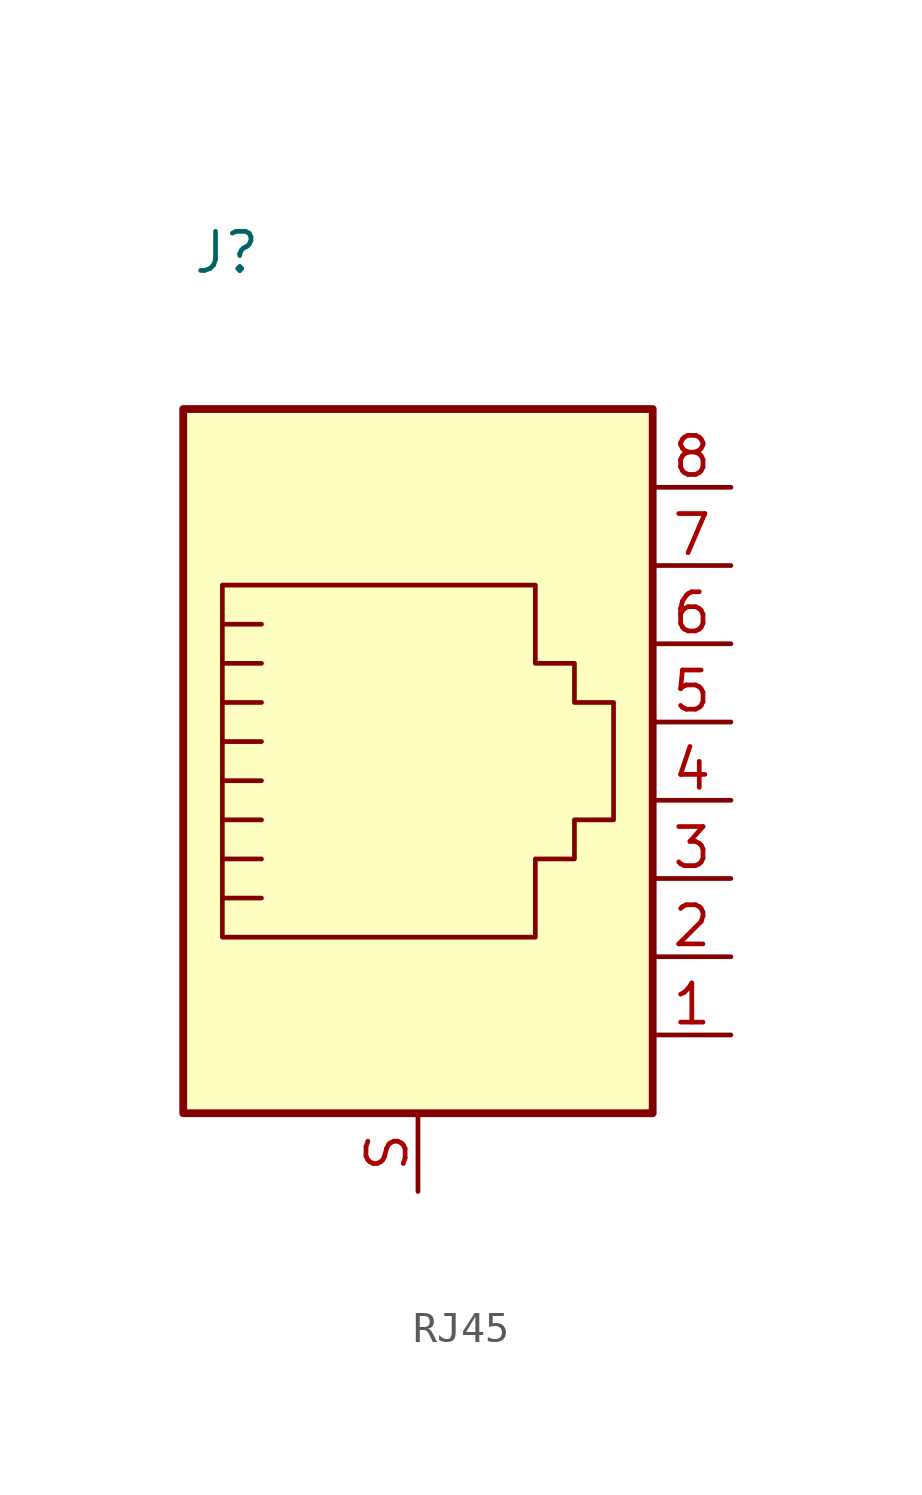
<source format=kicad_sym>
(kicad_symbol_lib
  (version 20220914)
  (generator kicad_symbol_editor)
  (symbol "RJ45"
    (pin_names
      (offset 1.016))
    (property "Reference" "J"
      (at -5.08 17.78 0)
      (effects (font (size 1.27 1.27)) (justify right)))
    (property "Value" ""
      (at 2.54 13.97 0)
      (effects (font (size 1.27 1.27)) (justify left)))
    (symbol "RJ45_0_1"
      (polyline (pts (xy -5.08 4.445) (xy -6.35 4.445)) (stroke (width 0) (type default)) (fill (type none)))
      (polyline (pts (xy -5.08 5.715) (xy -6.35 5.715)) (stroke (width 0) (type default)) (fill (type none)))
      (polyline (pts (xy -6.35 -3.175) (xy -5.08 -3.175) (xy -5.08 -3.175)) (stroke (width 0) (type default)) (fill (type none)))
      (polyline (pts (xy -6.35 -1.905) (xy -5.08 -1.905) (xy -5.08 -1.905)) (stroke (width 0) (type default)) (fill (type none)))
      (polyline (pts (xy -6.35 -0.635) (xy -5.08 -0.635) (xy -5.08 -0.635)) (stroke (width 0) (type default)) (fill (type none)))
      (polyline (pts (xy -6.35 0.635) (xy -5.08 0.635) (xy -5.08 0.635)) (stroke (width 0) (type default)) (fill (type none)))
      (polyline (pts (xy -6.35 1.905) (xy -5.08 1.905) (xy -5.08 1.905)) (stroke (width 0) (type default)) (fill (type none)))
      (polyline (pts (xy -5.08 3.175) (xy -6.35 3.175) (xy -6.35 3.175)) (stroke (width 0) (type default)) (fill (type none)))
      (polyline (pts (xy -6.35 -4.445) (xy -6.35 6.985) (xy 3.81 6.985) (xy 3.81 4.445) (xy 5.08 4.445) (xy 5.08 3.175) (xy 6.35 3.175) (xy 6.35 -0.635) (xy 5.08 -0.635) (xy 5.08 -1.905) (xy 3.81 -1.905) (xy 3.81 -4.445) (xy -6.35 -4.445) (xy -6.35 -4.445)) (stroke (width 0) (type default)) (fill (type none)))
      (rectangle (start 7.62 12.7) (end -7.62 -10.16) (stroke (width 0.254) (type default)) (fill (type background))))
    (symbol "RJ45_1_1"
      (pin passive line (at 10.16 -7.62 180) (length 2.54) (name "~" (effects (font (size 1.27 1.27)))) (number "1" (effects (font (size 1.27 1.27)))))
      (pin passive line (at 10.16 -5.08 180) (length 2.54) (name "~" (effects (font (size 1.27 1.27)))) (number "2" (effects (font (size 1.27 1.27)))))
      (pin passive line (at 10.16 -2.54 180) (length 2.54) (name "~" (effects (font (size 1.27 1.27)))) (number "3" (effects (font (size 1.27 1.27)))))
      (pin passive line (at 10.16 0 180) (length 2.54) (name "~" (effects (font (size 1.27 1.27)))) (number "4" (effects (font (size 1.27 1.27)))))
      (pin passive line (at 10.16 2.54 180) (length 2.54) (name "~" (effects (font (size 1.27 1.27)))) (number "5" (effects (font (size 1.27 1.27)))))
      (pin passive line (at 10.16 5.08 180) (length 2.54) (name "~" (effects (font (size 1.27 1.27)))) (number "6" (effects (font (size 1.27 1.27)))))
      (pin passive line (at 10.16 7.62 180) (length 2.54) (name "~" (effects (font (size 1.27 1.27)))) (number "7" (effects (font (size 1.27 1.27)))))
      (pin passive line (at 10.16 10.16 180) (length 2.54) (name "~" (effects (font (size 1.27 1.27)))) (number "8" (effects (font (size 1.27 1.27)))))
      (pin passive line (at 0 -12.7 90) (length 2.54) (name "" (effects (font (size 1.27 1.27)))) (number "S" (effects (font (size 1.27 1.27))))))))
</source>
